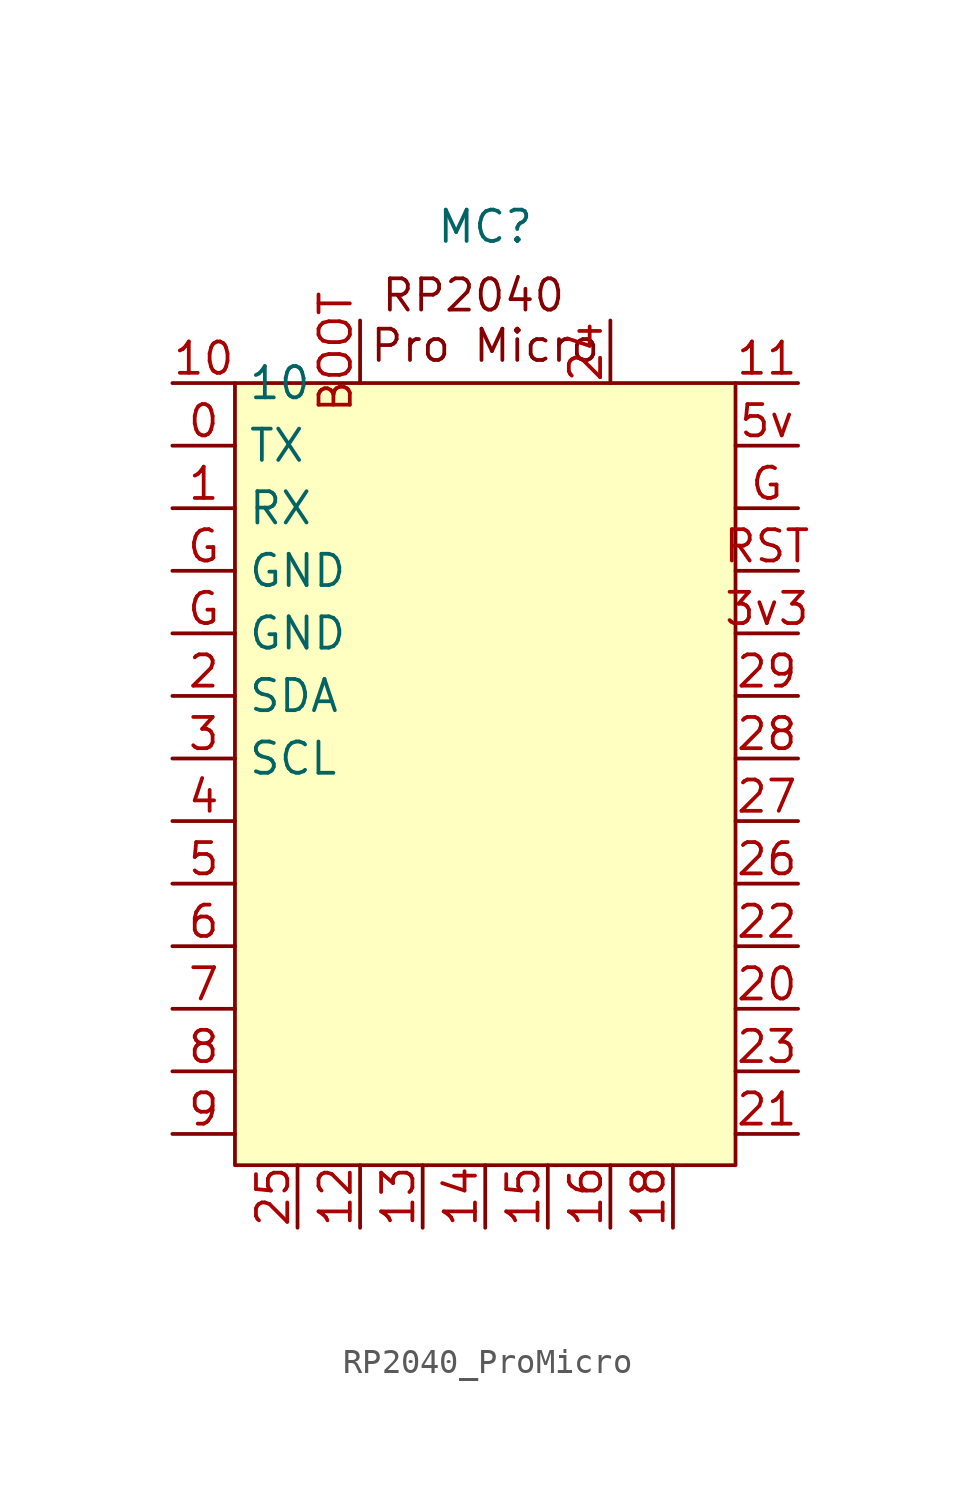
<source format=kicad_sym>
(kicad_symbol_lib
  (version 20220914)
  (generator kicad_symbol_editor)
  (symbol "RP2040_ProMicro"
    (property "Reference" "MC"
      (at 0 22.86 0)
      (effects (font (size 1.27 1.27))))
    (property "Value" ""
      (at 0 20.32 0)
      (effects (font (size 1.27 1.27))))
    (symbol "RP2040_ProMicro_1_1"
      (rectangle (start -10.16 16.51) (end 10.16 -15.24) (stroke (width 0) (type default)) (fill (type background)))
      (text "RP2040 \nPro Micro" (at 0 19.05 0) (effects (font (size 1.27 1.27))))
      (pin bidirectional line (at -12.7 13.97 0) (length 2.54) (name "TX" (effects (font (size 1.27 1.27)))) (number "0" (effects (font (size 1.27 1.27)))))
      (pin bidirectional line (at -12.7 11.43 0) (length 2.54) (name "RX" (effects (font (size 1.27 1.27)))) (number "1" (effects (font (size 1.27 1.27)))))
      (pin bidirectional line (at -12.7 16.51 0) (length 2.54) (name "10" (effects (font (size 1.27 1.27)))) (number "10" (effects (font (size 1.27 1.27)))))
      (pin bidirectional line (at 12.7 16.51 180) (length 2.54) (name "" (effects (font (size 1.27 1.27)))) (number "11" (effects (font (size 1.27 1.27)))))
      (pin bidirectional line (at -5.08 -17.78 90) (length 2.54) (name "" (effects (font (size 1.27 1.27)))) (number "12" (effects (font (size 1.27 1.27)))))
      (pin bidirectional line (at -2.54 -17.78 90) (length 2.54) (name "" (effects (font (size 1.27 1.27)))) (number "13" (effects (font (size 1.27 1.27)))))
      (pin bidirectional line (at 0 -17.78 90) (length 2.54) (name "" (effects (font (size 1.27 1.27)))) (number "14" (effects (font (size 1.27 1.27)))))
      (pin bidirectional line (at 2.54 -17.78 90) (length 2.54) (name "" (effects (font (size 1.27 1.27)))) (number "15" (effects (font (size 1.27 1.27)))))
      (pin bidirectional line (at 5.08 -17.78 90) (length 2.54) (name "" (effects (font (size 1.27 1.27)))) (number "16" (effects (font (size 1.27 1.27)))))
      (pin bidirectional line (at 7.62 -17.78 90) (length 2.54) (name "" (effects (font (size 1.27 1.27)))) (number "18" (effects (font (size 1.27 1.27)))))
      (pin bidirectional line (at -12.7 3.81 0) (length 2.54) (name "SDA" (effects (font (size 1.27 1.27)))) (number "2" (effects (font (size 1.27 1.27)))))
      (pin bidirectional line (at 12.7 -8.89 180) (length 2.54) (name "" (effects (font (size 1.27 1.27)))) (number "20" (effects (font (size 1.27 1.27)))))
      (pin bidirectional line (at 12.7 -13.97 180) (length 2.54) (name "" (effects (font (size 1.27 1.27)))) (number "21" (effects (font (size 1.27 1.27)))))
      (pin bidirectional line (at 12.7 -6.35 180) (length 2.54) (name "" (effects (font (size 1.27 1.27)))) (number "22" (effects (font (size 1.27 1.27)))))
      (pin bidirectional line (at 12.7 -11.43 180) (length 2.54) (name "" (effects (font (size 1.27 1.27)))) (number "23" (effects (font (size 1.27 1.27)))))
      (pin bidirectional line (at 5.08 19.05 270) (length 2.54) (name "" (effects (font (size 1.27 1.27)))) (number "24" (effects (font (size 1.27 1.27)))))
      (pin bidirectional line (at -7.62 -17.78 90) (length 2.54) (name "" (effects (font (size 1.27 1.27)))) (number "25" (effects (font (size 1.27 1.27)))))
      (pin bidirectional line (at 12.7 -3.81 180) (length 2.54) (name "" (effects (font (size 1.27 1.27)))) (number "26" (effects (font (size 1.27 1.27)))))
      (pin bidirectional line (at 12.7 -1.27 180) (length 2.54) (name "" (effects (font (size 1.27 1.27)))) (number "27" (effects (font (size 1.27 1.27)))))
      (pin bidirectional line (at 12.7 1.27 180) (length 2.54) (name "" (effects (font (size 1.27 1.27)))) (number "28" (effects (font (size 1.27 1.27)))))
      (pin bidirectional line (at 12.7 3.81 180) (length 2.54) (name "" (effects (font (size 1.27 1.27)))) (number "29" (effects (font (size 1.27 1.27)))))
      (pin bidirectional line (at -12.7 1.27 0) (length 2.54) (name "SCL" (effects (font (size 1.27 1.27)))) (number "3" (effects (font (size 1.27 1.27)))))
      (pin power_out line (at 12.7 6.35 180) (length 2.54) (name "" (effects (font (size 1.27 1.27)))) (number "3v3" (effects (font (size 1.27 1.27)))))
      (pin bidirectional line (at -12.7 -1.27 0) (length 2.54) (name "" (effects (font (size 1.27 1.27)))) (number "4" (effects (font (size 1.27 1.27)))))
      (pin bidirectional line (at -12.7 -3.81 0) (length 2.54) (name "" (effects (font (size 1.27 1.27)))) (number "5" (effects (font (size 1.27 1.27)))))
      (pin power_out line (at 12.7 13.97 180) (length 2.54) (name "" (effects (font (size 1.27 1.27)))) (number "5v" (effects (font (size 1.27 1.27)))))
      (pin bidirectional line (at -12.7 -6.35 0) (length 2.54) (name "" (effects (font (size 1.27 1.27)))) (number "6" (effects (font (size 1.27 1.27)))))
      (pin bidirectional line (at -12.7 -8.89 0) (length 2.54) (name "" (effects (font (size 1.27 1.27)))) (number "7" (effects (font (size 1.27 1.27)))))
      (pin bidirectional line (at -12.7 -11.43 0) (length 2.54) (name "" (effects (font (size 1.27 1.27)))) (number "8" (effects (font (size 1.27 1.27)))))
      (pin bidirectional line (at -12.7 -13.97 0) (length 2.54) (name "" (effects (font (size 1.27 1.27)))) (number "9" (effects (font (size 1.27 1.27)))))
      (pin bidirectional line (at -5.08 19.05 270) (length 2.54) (name "" (effects (font (size 1.27 1.27)))) (number "BOOT" (effects (font (size 1.27 1.27)))))
      (pin passive line (at 12.7 11.43 180) (length 2.54) (name "" (effects (font (size 1.27 1.27)))) (number "G" (effects (font (size 1.27 1.27)))))
      (pin passive line (at -12.7 6.35 0) (length 2.54) (name "GND" (effects (font (size 1.27 1.27)))) (number "G" (effects (font (size 1.27 1.27)))))
      (pin passive line (at -12.7 8.89 0) (length 2.54) (name "GND" (effects (font (size 1.27 1.27)))) (number "G" (effects (font (size 1.27 1.27)))))
      (pin passive line (at 12.7 8.89 180) (length 2.54) (name "" (effects (font (size 1.27 1.27)))) (number "RST" (effects (font (size 1.27 1.27))))))))
</source>
